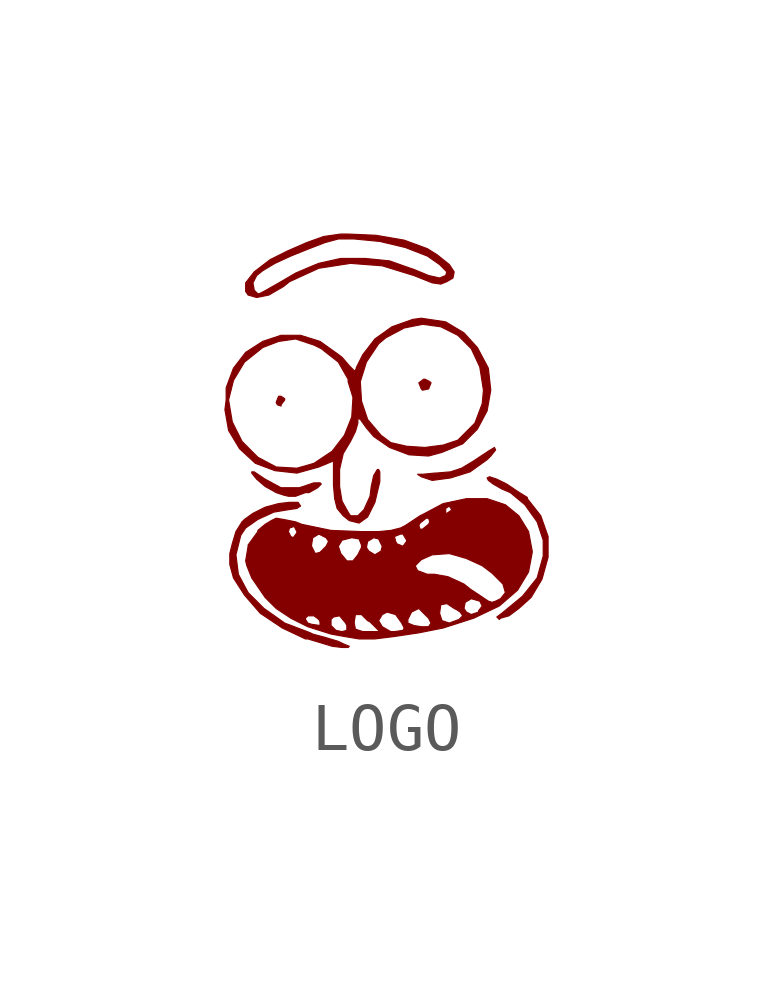
<source format=kicad_sym>
(kicad_symbol_lib
  (version 20211014)
  (generator kicad_symbol_editor)
  (symbol "LOGO"
    (pin_names
      (offset 1.016))
    (property "Reference" "#G"
      (at 0 -4.216 0)
      (effects (font (size 1.524 1.524)) hide))
    (symbol "LOGO_0_0"
      (polyline (pts (xy -2.184 0.737) (xy -2.108 0.838) (xy -2.108 0.864) (xy -2.184 0.914) (xy -2.235 0.914) (xy -2.286 0.787) (xy -2.261 0.737) (xy -2.184 0.711) (xy -2.184 0.737)) (stroke (width 0.025) (type default) (color 0 0 0 0)) (fill (type outline)))
      (polyline (pts (xy 0.889 1.067) (xy 0.94 1.194) (xy 0.914 1.219) (xy 0.813 1.27) (xy 0.787 1.27) (xy 0.686 1.194) (xy 0.737 1.067) (xy 0.762 1.041) (xy 0.889 1.067)) (stroke (width 0.025) (type default) (color 0 0 0 0)) (fill (type outline)))
      (polyline (pts (xy 1.346 -0.787) (xy 1.753 -0.66) (xy 2.108 -0.406) (xy 2.184 -0.33) (xy 2.286 -0.203) (xy 2.261 -0.152) (xy 2.134 -0.229) (xy 1.829 -0.432) (xy 1.575 -0.584) (xy 1.346 -0.66) (xy 1.041 -0.686) (xy 1.016 -0.686) (xy 0.762 -0.711) (xy 0.66 -0.711) (xy 0.737 -0.762) (xy 0.965 -0.838) (xy 1.346 -0.787)) (stroke (width 0.025) (type default) (color 0 0 0 0)) (fill (type outline)))
      (polyline (pts (xy -1.676 -1.092) (xy -1.6 -1.092) (xy -1.422 -0.991) (xy -1.346 -0.914) (xy -1.372 -0.889) (xy -1.499 -0.889) (xy -1.803 -0.991) (xy -2.184 -0.991) (xy -2.515 -0.813) (xy -2.743 -0.66) (xy -2.794 -0.66) (xy -2.794 -0.686) (xy -2.692 -0.813) (xy -2.515 -0.965) (xy -2.286 -1.092) (xy -2.134 -1.143) (xy -2.032 -1.168) (xy -1.88 -1.168) (xy -1.676 -1.092)) (stroke (width 0.025) (type default) (color 0 0 0 0)) (fill (type outline)))
      (polyline (pts (xy 2.388 -3.708) (xy 2.565 -3.658) (xy 2.769 -3.505) (xy 3.023 -3.277) (xy 3.251 -2.896) (xy 3.378 -2.438) (xy 3.378 -2.007) (xy 3.226 -1.575) (xy 2.946 -1.219) (xy 2.946 -1.194) (xy 2.743 -1.067) (xy 2.515 -0.914) (xy 2.311 -0.813) (xy 2.159 -0.762) (xy 2.108 -0.787) (xy 2.134 -0.838) (xy 2.235 -0.914) (xy 2.413 -1.016) (xy 2.591 -1.092) (xy 2.896 -1.346) (xy 3.15 -1.702) (xy 3.277 -2.083) (xy 3.277 -2.413) (xy 3.15 -2.87) (xy 2.845 -3.251) (xy 2.413 -3.607) (xy 2.311 -3.683) (xy 2.362 -3.734) (xy 2.388 -3.708)) (stroke (width 0.025) (type default) (color 0 0 0 0)) (fill (type outline)))
      (polyline (pts (xy -0.762 -4.293) (xy -0.889 -4.242) (xy -0.991 -4.191) (xy -1.245 -4.115) (xy -1.524 -4.039) (xy -1.575 -4.013) (xy -2.108 -3.81) (xy -2.54 -3.505) (xy -2.87 -3.175) (xy -3.073 -2.794) (xy -3.124 -2.388) (xy -3.023 -1.981) (xy -2.921 -1.829) (xy -2.667 -1.651) (xy -2.337 -1.499) (xy -2.032 -1.448) (xy -1.854 -1.422) (xy -1.778 -1.372) (xy -1.829 -1.295) (xy -2.007 -1.295) (xy -2.235 -1.321) (xy -2.515 -1.397) (xy -2.769 -1.524) (xy -2.946 -1.651) (xy -2.997 -1.702) (xy -3.124 -1.905) (xy -3.2 -2.159) (xy -3.251 -2.362) (xy -3.251 -2.591) (xy -3.175 -2.87) (xy -2.946 -3.226) (xy -2.616 -3.607) (xy -2.159 -3.912) (xy -1.676 -4.14) (xy -1.626 -4.14) (xy -1.118 -4.293) (xy -0.914 -4.318) (xy -0.787 -4.318) (xy -0.762 -4.293)) (stroke (width 0.025) (type default) (color 0 0 0 0)) (fill (type outline)))
      (polyline (pts (xy -2.438 3.023) (xy -2.134 3.2) (xy -2.007 3.302) (xy -1.397 3.581) (xy -0.737 3.683) (xy -0.076 3.632) (xy 0.584 3.429) (xy 0.965 3.277) (xy 1.143 3.251) (xy 1.27 3.302) (xy 1.397 3.378) (xy 1.422 3.505) (xy 1.321 3.658) (xy 1.067 3.861) (xy 0.864 3.988) (xy 0.381 4.166) (xy -0.203 4.267) (xy -0.787 4.293) (xy -0.94 4.293) (xy -1.295 4.242) (xy -1.651 4.115) (xy -2.057 3.937) (xy -2.413 3.759) (xy -2.743 3.505) (xy -2.921 3.277) (xy -2.769 3.277) (xy -2.692 3.429) (xy -2.565 3.531) (xy -2.311 3.683) (xy -1.981 3.835) (xy -1.6 3.988) (xy -1.27 4.115) (xy -0.991 4.191) (xy -0.66 4.191) (xy -0.127 4.14) (xy 0.406 4.013) (xy 0.864 3.835) (xy 1.118 3.658) (xy 1.27 3.505) (xy 1.245 3.429) (xy 1.118 3.378) (xy 0.889 3.429) (xy 0.584 3.556) (xy 0.508 3.581) (xy 0.076 3.734) (xy -0.432 3.785) (xy -0.94 3.785) (xy -1.397 3.683) (xy -1.524 3.632) (xy -1.88 3.48) (xy -2.184 3.302) (xy -2.54 3.099) (xy -2.642 3.048) (xy -2.667 3.048) (xy -2.743 3.124) (xy -2.769 3.277) (xy -2.921 3.277) (xy -2.921 3.099) (xy -2.87 3.023) (xy -2.692 2.972) (xy -2.438 3.023)) (stroke (width 0.025) (type default) (color 0 0 0 0)) (fill (type outline)))
      (polyline (pts (xy -0.381 -1.6) (xy -0.229 -1.295) (xy -0.127 -0.864) (xy -0.127 -0.66) (xy -0.152 -0.61) (xy -0.178 -0.61) (xy -0.254 -0.737) (xy -0.305 -0.965) (xy -0.33 -1.168) (xy -0.457 -1.448) (xy -0.584 -1.575) (xy -0.737 -1.575) (xy -0.787 -1.499) (xy -0.914 -1.27) (xy -0.965 -0.965) (xy -0.965 -0.61) (xy -0.889 -0.279) (xy -0.737 -0.025) (xy -0.635 0.178) (xy -0.584 0.356) (xy -0.584 0.457) (xy -0.533 0.432) (xy -0.406 0.254) (xy -0.254 0.076) (xy 0.076 -0.152) (xy 0.483 -0.305) (xy 0.889 -0.33) (xy 1.168 -0.254) (xy 1.6 -0.076) (xy 1.905 0.229) (xy 2.108 0.61) (xy 2.184 1.041) (xy 2.134 1.499) (xy 1.905 1.93) (xy 1.626 2.235) (xy 1.245 2.464) (xy 0.737 2.54) (xy 0.559 2.515) (xy 0.127 2.362) (xy -0.229 2.108) (xy -0.483 1.778) (xy -0.61 1.524) (xy -0.635 1.448) (xy -0.66 1.448) (xy -0.762 1.549) (xy -0.914 1.727) (xy -1.016 1.803) (xy -1.372 2.057) (xy -1.778 2.184) (xy -2.184 2.184) (xy -2.565 2.057) (xy -2.921 1.829) (xy -3.175 1.499) (xy -3.327 1.092) (xy -3.327 0.838) (xy -3.277 0.838) (xy -3.175 1.245) (xy -2.946 1.626) (xy -2.565 1.93) (xy -2.235 2.057) (xy -1.88 2.108) (xy -1.499 1.981) (xy -1.346 1.905) (xy -0.991 1.626) (xy -0.787 1.27) (xy -0.787 1.219) (xy -0.533 1.219) (xy -0.406 1.626) (xy -0.152 2.007) (xy 0 2.134) (xy 0.381 2.337) (xy 0.762 2.413) (xy 1.143 2.362) (xy 1.499 2.184) (xy 1.778 1.905) (xy 1.956 1.524) (xy 2.032 1.041) (xy 2.007 0.762) (xy 1.854 0.356) (xy 1.499 0) (xy 1.194 -0.102) (xy 0.813 -0.152) (xy 0.432 -0.127) (xy 0.102 -0.051) (xy -0.102 0.102) (xy -0.381 0.432) (xy -0.508 0.813) (xy -0.533 1.219) (xy -0.787 1.219) (xy -0.686 0.889) (xy -0.711 0.483) (xy -0.864 0.102) (xy -1.118 -0.229) (xy -1.499 -0.483) (xy -1.854 -0.584) (xy -2.286 -0.559) (xy -2.667 -0.356) (xy -2.997 -0.025) (xy -3.2 0.381) (xy -3.277 0.838) (xy -3.327 0.838) (xy -3.353 0.635) (xy -3.277 0.203) (xy -3.048 -0.178) (xy -2.718 -0.483) (xy -2.311 -0.635) (xy -1.854 -0.686) (xy -1.397 -0.559) (xy -1.092 -0.432) (xy -1.092 -0.94) (xy -1.067 -1.219) (xy -1.016 -1.422) (xy -0.889 -1.575) (xy -0.762 -1.676) (xy -0.559 -1.727) (xy -0.381 -1.6)) (stroke (width 0.025) (type default) (color 0 0 0 0)) (fill (type outline)))
      (polyline (pts (xy 0.178 -4.089) (xy 0.686 -4.013) (xy 1.194 -3.912) (xy 1.829 -3.708) (xy 2.362 -3.454) (xy 2.743 -3.124) (xy 2.972 -2.743) (xy 3.048 -2.337) (xy 3.048 -2.311) (xy 2.972 -1.905) (xy 2.769 -1.575) (xy 2.489 -1.346) (xy 2.108 -1.219) (xy 1.676 -1.219) (xy 1.194 -1.321) (xy 0.813 -1.524) (xy 1.245 -1.524) (xy 1.245 -1.422) (xy 1.321 -1.372) (xy 1.372 -1.448) (xy 1.346 -1.473) (xy 1.27 -1.524) (xy 1.245 -1.524) (xy 0.813 -1.524) (xy 0.711 -1.575) (xy 0.406 -1.778) (xy 0.686 -1.778) (xy 0.711 -1.727) (xy 0.838 -1.626) (xy 0.889 -1.626) (xy 0.914 -1.702) (xy 0.889 -1.753) (xy 0.762 -1.854) (xy 0.711 -1.854) (xy 0.686 -1.778) (xy 0.406 -1.778) (xy 0.305 -1.829) (xy 0.102 -1.88) (xy -0.152 -1.905) (xy -0.508 -1.905) (xy -1.143 -1.88) (xy -1.753 -1.753) (xy -1.88 -1.702) (xy -2.134 -1.651) (xy -2.286 -1.626) (xy -2.388 -1.676) (xy -2.515 -1.753) (xy -2.667 -1.88) (xy -2.667 -1.905) (xy -2.032 -1.905) (xy -2.007 -1.829) (xy -1.93 -1.803) (xy -1.905 -1.803) (xy -1.854 -1.905) (xy -1.854 -1.93) (xy -1.93 -2.032) (xy -1.981 -2.007) (xy -2.032 -1.905) (xy -2.667 -1.905) (xy -2.87 -2.184) (xy -2.87 -2.21) (xy -1.549 -2.21) (xy -1.549 -2.184) (xy -1.524 -2.032) (xy -1.397 -1.956) (xy -1.295 -2.007) (xy 0.178 -2.007) (xy 0.305 -1.956) (xy 0.356 -1.956) (xy 0.432 -2.083) (xy 0.432 -2.108) (xy 0.356 -2.21) (xy 0.229 -2.159) (xy 0.203 -2.108) (xy 0.178 -2.007) (xy -1.295 -2.007) (xy -1.245 -2.032) (xy -1.194 -2.108) (xy -1.245 -2.21) (xy -0.991 -2.21) (xy -0.914 -2.083) (xy -0.711 -2.032) (xy -0.559 -2.057) (xy -0.508 -2.184) (xy -0.508 -2.235) (xy -0.406 -2.235) (xy -0.381 -2.108) (xy -0.254 -2.032) (xy -0.152 -2.057) (xy -0.076 -2.21) (xy -0.102 -2.311) (xy -0.229 -2.388) (xy -0.356 -2.311) (xy -0.406 -2.235) (xy -0.508 -2.235) (xy -0.584 -2.388) (xy -0.686 -2.515) (xy -0.813 -2.515) (xy -0.94 -2.362) (xy -0.991 -2.21) (xy -1.245 -2.21) (xy -1.27 -2.235) (xy -1.372 -2.337) (xy -1.473 -2.362) (xy -1.549 -2.21) (xy -2.87 -2.21) (xy -2.921 -2.515) (xy -2.896 -2.616) (xy 0.61 -2.616) (xy 0.737 -2.489) (xy 0.965 -2.388) (xy 1.321 -2.362) (xy 1.676 -2.464) (xy 2.007 -2.616) (xy 2.21 -2.769) (xy 2.438 -2.997) (xy 2.489 -3.175) (xy 2.388 -3.302) (xy 2.286 -3.353) (xy 2.21 -3.378) (xy 2.134 -3.353) (xy 1.753 -3.099) (xy 1.626 -2.997) (xy 1.295 -2.845) (xy 1.016 -2.794) (xy 0.864 -2.794) (xy 0.66 -2.718) (xy 0.61 -2.616) (xy -2.896 -2.616) (xy -2.794 -2.87) (xy -2.515 -3.277) (xy -2.286 -3.505) (xy -1.981 -3.708) (xy -1.93 -3.734) (xy -1.676 -3.734) (xy -1.676 -3.708) (xy -1.626 -3.658) (xy -1.499 -3.658) (xy -1.397 -3.734) (xy -1.372 -3.785) (xy -1.372 -3.861) (xy -1.143 -3.861) (xy -1.143 -3.734) (xy -1.092 -3.683) (xy -0.965 -3.658) (xy -0.838 -3.81) (xy -0.66 -3.81) (xy -0.66 -3.785) (xy -0.635 -3.632) (xy -0.508 -3.632) (xy -0.381 -3.759) (xy -0.152 -3.759) (xy -0.076 -3.632) (xy 0.025 -3.581) (xy 0.203 -3.632) (xy 0.33 -3.81) (xy 0.457 -3.81) (xy 0.457 -3.734) (xy 0.533 -3.581) (xy 0.686 -3.505) (xy 0.787 -3.607) (xy 1.118 -3.607) (xy 1.143 -3.429) (xy 1.27 -3.404) (xy 1.422 -3.505) (xy 1.626 -3.505) (xy 1.651 -3.378) (xy 1.778 -3.302) (xy 1.956 -3.353) (xy 2.007 -3.454) (xy 1.93 -3.556) (xy 1.93 -3.581) (xy 1.778 -3.632) (xy 1.676 -3.581) (xy 1.626 -3.505) (xy 1.422 -3.505) (xy 1.473 -3.531) (xy 1.549 -3.581) (xy 1.6 -3.658) (xy 1.524 -3.734) (xy 1.321 -3.81) (xy 1.168 -3.759) (xy 1.118 -3.607) (xy 0.787 -3.607) (xy 0.889 -3.708) (xy 0.94 -3.81) (xy 0.889 -3.886) (xy 0.737 -3.886) (xy 0.584 -3.861) (xy 0.457 -3.81) (xy 0.33 -3.81) (xy 0.381 -3.912) (xy 0.356 -3.962) (xy 0.178 -3.988) (xy 0.102 -3.988) (xy -0.076 -3.886) (xy -0.152 -3.759) (xy -0.381 -3.759) (xy -0.33 -3.785) (xy -0.127 -3.988) (xy -0.483 -3.988) (xy -0.635 -3.937) (xy -0.66 -3.81) (xy -0.838 -3.81) (xy -0.813 -3.861) (xy -0.813 -3.962) (xy -0.914 -3.988) (xy -1.041 -3.962) (xy -1.143 -3.861) (xy -1.372 -3.861) (xy -1.549 -3.835) (xy -1.626 -3.81) (xy -1.676 -3.734) (xy -1.93 -3.734) (xy -1.626 -3.886) (xy -1.143 -4.039) (xy -0.864 -4.089) (xy -0.559 -4.14) (xy -0.229 -4.14) (xy 0.178 -4.089)) (stroke (width 0.025) (type default) (color 0 0 0 0)) (fill (type outline))))))
</source>
